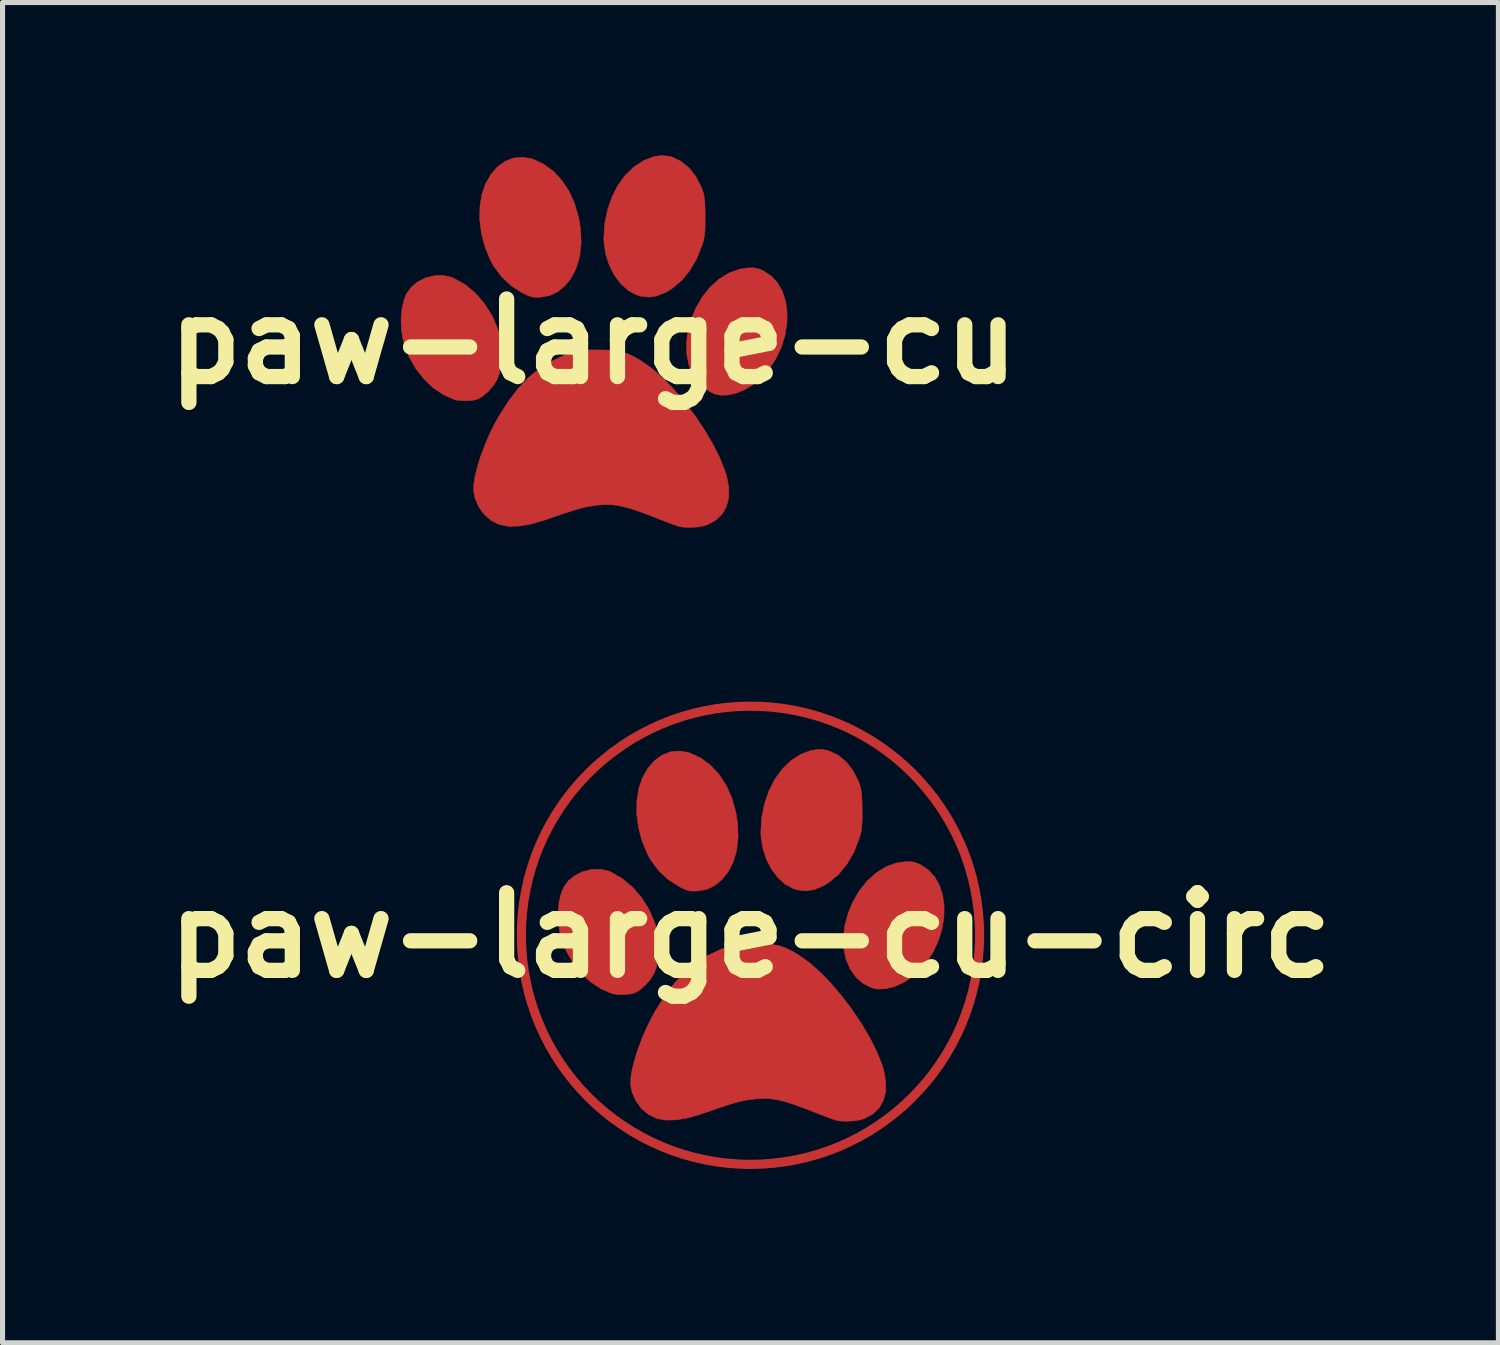
<source format=kicad_pcb>
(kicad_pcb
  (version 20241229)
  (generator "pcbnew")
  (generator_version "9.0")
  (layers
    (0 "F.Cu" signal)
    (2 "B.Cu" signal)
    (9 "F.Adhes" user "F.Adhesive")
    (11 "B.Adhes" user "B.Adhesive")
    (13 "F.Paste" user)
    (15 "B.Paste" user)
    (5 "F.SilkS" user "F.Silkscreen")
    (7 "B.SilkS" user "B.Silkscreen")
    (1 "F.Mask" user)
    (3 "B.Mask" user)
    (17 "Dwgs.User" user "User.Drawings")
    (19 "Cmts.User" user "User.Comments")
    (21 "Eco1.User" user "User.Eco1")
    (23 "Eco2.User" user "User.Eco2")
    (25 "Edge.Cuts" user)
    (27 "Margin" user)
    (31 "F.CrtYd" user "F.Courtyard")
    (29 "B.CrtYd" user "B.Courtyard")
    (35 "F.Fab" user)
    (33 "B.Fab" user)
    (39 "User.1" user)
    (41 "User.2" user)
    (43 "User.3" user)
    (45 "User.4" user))
  (footprint "paw-large-cu"
    (layer "F.Cu")
    (at 8.607 3.657)
    (property "Reference" "paw-large-cu" (at 0 0 0) (layer "F.SilkS") (effects (font (size 1.524 1.524) (thickness 0.3))))
    (attr through_hole)
    (fp_poly (pts (xy 3.215 -1.435) (xy 3.294 -1.407) (xy 3.339 -1.386) (xy 3.495 -1.283) (xy 3.62 -1.145) (xy 3.713 -0.978) (xy 3.775 -0.787) (xy 3.804 -0.578) (xy 3.8 -0.357) (xy 3.764 -0.129) (xy 3.694 0.101) (xy 3.59 0.326) (xy 3.454 0.54) (xy 3.32 0.694) (xy 3.164 0.827) (xy 2.996 0.933) (xy 2.823 1.009) (xy 2.653 1.051) (xy 2.494 1.057) (xy 2.38 1.031) (xy 2.208 0.943) (xy 2.066 0.817) (xy 1.956 0.66) (xy 1.879 0.477) (xy 1.835 0.271) (xy 1.826 0.048) (xy 1.853 -0.186) (xy 1.918 -0.428) (xy 2.007 -0.648) (xy 2.139 -0.875) (xy 2.295 -1.07) (xy 2.472 -1.228) (xy 2.664 -1.346) (xy 2.868 -1.419) (xy 3.029 -1.444) (xy 3.135 -1.446) (xy 3.215 -1.435)) (stroke (width 0.01) (type solid)) (fill yes) (layer "F.Cu"))
    (fp_poly (pts (xy -1.213 -3.588) (xy -1.195 -3.582) (xy -0.979 -3.483) (xy -0.786 -3.341) (xy -0.617 -3.16) (xy -0.476 -2.943) (xy -0.366 -2.696) (xy -0.288 -2.42) (xy -0.254 -2.205) (xy -0.242 -1.931) (xy -0.27 -1.676) (xy -0.336 -1.446) (xy -0.439 -1.244) (xy -0.556 -1.099) (xy -0.698 -0.979) (xy -0.854 -0.904) (xy -1.032 -0.871) (xy -1.041 -0.87) (xy -1.128 -0.867) (xy -1.196 -0.873) (xy -1.264 -0.893) (xy -1.349 -0.931) (xy -1.396 -0.955) (xy -1.613 -1.092) (xy -1.802 -1.269) (xy -1.96 -1.481) (xy -2.025 -1.6) (xy -2.131 -1.858) (xy -2.201 -2.125) (xy -2.234 -2.393) (xy -2.23 -2.653) (xy -2.19 -2.896) (xy -2.12 -3.095) (xy -2.012 -3.284) (xy -1.881 -3.433) (xy -1.732 -3.54) (xy -1.568 -3.603) (xy -1.394 -3.619) (xy -1.213 -3.588)) (stroke (width 0.01) (type solid)) (fill yes) (layer "F.Cu"))
    (fp_poly (pts (xy -2.788 -1.261) (xy -2.746 -1.244) (xy -2.519 -1.114) (xy -2.314 -0.943) (xy -2.136 -0.737) (xy -1.99 -0.503) (xy -1.881 -0.248) (xy -1.841 -0.108) (xy -1.811 0.071) (xy -1.803 0.262) (xy -1.815 0.45) (xy -1.846 0.619) (xy -1.889 0.74) (xy -1.964 0.863) (xy -2.065 0.98) (xy -2.176 1.076) (xy -2.274 1.132) (xy -2.359 1.154) (xy -2.472 1.164) (xy -2.59 1.164) (xy -2.693 1.151) (xy -2.718 1.145) (xy -2.936 1.052) (xy -3.141 0.916) (xy -3.327 0.741) (xy -3.489 0.536) (xy -3.62 0.305) (xy -3.716 0.056) (xy -3.734 -0.01) (xy -3.77 -0.219) (xy -3.779 -0.433) (xy -3.761 -0.641) (xy -3.717 -0.827) (xy -3.671 -0.938) (xy -3.576 -1.07) (xy -3.446 -1.175) (xy -3.292 -1.25) (xy -3.124 -1.291) (xy -2.952 -1.296) (xy -2.788 -1.261)) (stroke (width 0.01) (type solid)) (fill yes) (layer "F.Cu"))
    (fp_poly (pts (xy 1.484 -3.638) (xy 1.547 -3.62) (xy 1.723 -3.536) (xy 1.879 -3.407) (xy 2.011 -3.239) (xy 2.116 -3.037) (xy 2.137 -2.982) (xy 2.16 -2.912) (xy 2.175 -2.838) (xy 2.185 -2.75) (xy 2.191 -2.637) (xy 2.194 -2.485) (xy 2.194 -2.464) (xy 2.194 -2.309) (xy 2.191 -2.193) (xy 2.183 -2.101) (xy 2.17 -2.021) (xy 2.149 -1.941) (xy 2.138 -1.905) (xy 2.032 -1.634) (xy 1.895 -1.397) (xy 1.73 -1.196) (xy 1.539 -1.037) (xy 1.427 -0.969) (xy 1.249 -0.896) (xy 1.081 -0.871) (xy 0.915 -0.893) (xy 0.838 -0.918) (xy 0.676 -1.008) (xy 0.531 -1.14) (xy 0.408 -1.307) (xy 0.31 -1.5) (xy 0.241 -1.714) (xy 0.207 -1.939) (xy 0.204 -2.032) (xy 0.222 -2.316) (xy 0.277 -2.587) (xy 0.365 -2.839) (xy 0.482 -3.068) (xy 0.626 -3.266) (xy 0.795 -3.429) (xy 0.984 -3.55) (xy 1.006 -3.561) (xy 1.179 -3.627) (xy 1.335 -3.652) (xy 1.484 -3.638)) (stroke (width 0.01) (type solid)) (fill yes) (layer "F.Cu"))
    (fp_poly (pts (xy 0.102 0.166) (xy 0.288 0.17) (xy 0.437 0.182) (xy 0.564 0.206) (xy 0.682 0.246) (xy 0.804 0.305) (xy 0.945 0.388) (xy 0.963 0.399) (xy 1.164 0.543) (xy 1.373 0.729) (xy 1.584 0.947) (xy 1.791 1.191) (xy 1.989 1.452) (xy 2.172 1.723) (xy 2.335 1.997) (xy 2.471 2.264) (xy 2.575 2.517) (xy 2.618 2.654) (xy 2.658 2.872) (xy 2.656 3.07) (xy 2.611 3.244) (xy 2.527 3.392) (xy 2.403 3.511) (xy 2.242 3.597) (xy 2.176 3.62) (xy 2.049 3.644) (xy 1.899 3.654) (xy 1.754 3.647) (xy 1.702 3.639) (xy 1.657 3.626) (xy 1.575 3.597) (xy 1.465 3.556) (xy 1.339 3.507) (xy 1.27 3.48) (xy 1.036 3.389) (xy 0.839 3.318) (xy 0.672 3.266) (xy 0.525 3.231) (xy 0.392 3.211) (xy 0.264 3.205) (xy 0.132 3.211) (xy 0.012 3.224) (xy -0.071 3.237) (xy -0.152 3.252) (xy -0.24 3.273) (xy -0.341 3.301) (xy -0.462 3.339) (xy -0.611 3.388) (xy -0.795 3.452) (xy -0.953 3.506) (xy -1.215 3.584) (xy -1.453 3.626) (xy -1.662 3.631) (xy -1.839 3.599) (xy -1.848 3.596) (xy -2.004 3.519) (xy -2.141 3.402) (xy -2.25 3.254) (xy -2.324 3.087) (xy -2.354 2.943) (xy -2.352 2.813) (xy -2.326 2.649) (xy -2.279 2.459) (xy -2.214 2.251) (xy -2.133 2.034) (xy -2.039 1.817) (xy -1.936 1.609) (xy -1.867 1.485) (xy -1.677 1.186) (xy -1.486 0.933) (xy -1.287 0.72) (xy -1.075 0.544) (xy -0.844 0.399) (xy -0.589 0.279) (xy -0.445 0.226) (xy -0.366 0.201) (xy -0.294 0.184) (xy -0.214 0.174) (xy -0.115 0.168) (xy 0.016 0.166) (xy 0.102 0.166)) (stroke (width 0.01) (type solid)) (fill yes) (layer "F.Cu"))
    (fp_poly (pts (xy 3.215 -1.435) (xy 3.294 -1.407) (xy 3.339 -1.386) (xy 3.495 -1.283) (xy 3.62 -1.145) (xy 3.713 -0.978) (xy 3.775 -0.787) (xy 3.804 -0.578) (xy 3.8 -0.357) (xy 3.764 -0.129) (xy 3.694 0.101) (xy 3.59 0.326) (xy 3.454 0.54) (xy 3.32 0.694) (xy 3.164 0.827) (xy 2.996 0.933) (xy 2.823 1.009) (xy 2.653 1.051) (xy 2.494 1.057) (xy 2.38 1.031) (xy 2.208 0.943) (xy 2.066 0.817) (xy 1.956 0.66) (xy 1.879 0.477) (xy 1.835 0.271) (xy 1.826 0.048) (xy 1.853 -0.186) (xy 1.918 -0.428) (xy 2.007 -0.648) (xy 2.139 -0.875) (xy 2.295 -1.07) (xy 2.472 -1.228) (xy 2.664 -1.346) (xy 2.868 -1.419) (xy 3.029 -1.444) (xy 3.135 -1.446) (xy 3.215 -1.435)) (stroke (width 0.01) (type solid)) (fill yes) (layer "F.Mask"))
    (fp_poly (pts (xy -1.213 -3.588) (xy -1.195 -3.582) (xy -0.979 -3.483) (xy -0.786 -3.341) (xy -0.617 -3.16) (xy -0.476 -2.943) (xy -0.366 -2.696) (xy -0.288 -2.42) (xy -0.254 -2.205) (xy -0.242 -1.931) (xy -0.27 -1.676) (xy -0.336 -1.446) (xy -0.439 -1.244) (xy -0.556 -1.099) (xy -0.698 -0.979) (xy -0.854 -0.904) (xy -1.032 -0.871) (xy -1.041 -0.87) (xy -1.128 -0.867) (xy -1.196 -0.873) (xy -1.264 -0.893) (xy -1.349 -0.931) (xy -1.396 -0.955) (xy -1.613 -1.092) (xy -1.802 -1.269) (xy -1.96 -1.481) (xy -2.025 -1.6) (xy -2.131 -1.858) (xy -2.201 -2.125) (xy -2.234 -2.393) (xy -2.23 -2.653) (xy -2.19 -2.896) (xy -2.12 -3.095) (xy -2.012 -3.284) (xy -1.881 -3.433) (xy -1.732 -3.54) (xy -1.568 -3.603) (xy -1.394 -3.619) (xy -1.213 -3.588)) (stroke (width 0.01) (type solid)) (fill yes) (layer "F.Mask"))
    (fp_poly (pts (xy -2.788 -1.261) (xy -2.746 -1.244) (xy -2.519 -1.114) (xy -2.314 -0.943) (xy -2.136 -0.737) (xy -1.99 -0.503) (xy -1.881 -0.248) (xy -1.841 -0.108) (xy -1.811 0.071) (xy -1.803 0.262) (xy -1.815 0.45) (xy -1.846 0.619) (xy -1.889 0.74) (xy -1.964 0.863) (xy -2.065 0.98) (xy -2.176 1.076) (xy -2.274 1.132) (xy -2.359 1.154) (xy -2.472 1.164) (xy -2.59 1.164) (xy -2.693 1.151) (xy -2.718 1.145) (xy -2.936 1.052) (xy -3.141 0.916) (xy -3.327 0.741) (xy -3.489 0.536) (xy -3.62 0.305) (xy -3.716 0.056) (xy -3.734 -0.01) (xy -3.77 -0.219) (xy -3.779 -0.433) (xy -3.761 -0.641) (xy -3.717 -0.827) (xy -3.671 -0.938) (xy -3.576 -1.07) (xy -3.446 -1.175) (xy -3.292 -1.25) (xy -3.124 -1.291) (xy -2.952 -1.296) (xy -2.788 -1.261)) (stroke (width 0.01) (type solid)) (fill yes) (layer "F.Mask"))
    (fp_poly (pts (xy 1.484 -3.638) (xy 1.547 -3.62) (xy 1.723 -3.536) (xy 1.879 -3.407) (xy 2.011 -3.239) (xy 2.116 -3.037) (xy 2.137 -2.982) (xy 2.16 -2.912) (xy 2.175 -2.838) (xy 2.185 -2.75) (xy 2.191 -2.637) (xy 2.194 -2.485) (xy 2.194 -2.464) (xy 2.194 -2.309) (xy 2.191 -2.193) (xy 2.183 -2.101) (xy 2.17 -2.021) (xy 2.149 -1.941) (xy 2.138 -1.905) (xy 2.032 -1.634) (xy 1.895 -1.397) (xy 1.73 -1.196) (xy 1.539 -1.037) (xy 1.427 -0.969) (xy 1.249 -0.896) (xy 1.081 -0.871) (xy 0.915 -0.893) (xy 0.838 -0.918) (xy 0.676 -1.008) (xy 0.531 -1.14) (xy 0.408 -1.307) (xy 0.31 -1.5) (xy 0.241 -1.714) (xy 0.207 -1.939) (xy 0.204 -2.032) (xy 0.222 -2.316) (xy 0.277 -2.587) (xy 0.365 -2.839) (xy 0.482 -3.068) (xy 0.626 -3.266) (xy 0.795 -3.429) (xy 0.984 -3.55) (xy 1.006 -3.561) (xy 1.179 -3.627) (xy 1.335 -3.652) (xy 1.484 -3.638)) (stroke (width 0.01) (type solid)) (fill yes) (layer "F.Mask"))
    (fp_poly (pts (xy 0.102 0.166) (xy 0.288 0.17) (xy 0.437 0.182) (xy 0.564 0.206) (xy 0.682 0.246) (xy 0.804 0.305) (xy 0.945 0.388) (xy 0.963 0.399) (xy 1.164 0.543) (xy 1.373 0.729) (xy 1.584 0.947) (xy 1.791 1.191) (xy 1.989 1.452) (xy 2.172 1.723) (xy 2.335 1.997) (xy 2.471 2.264) (xy 2.575 2.517) (xy 2.618 2.654) (xy 2.658 2.872) (xy 2.656 3.07) (xy 2.611 3.244) (xy 2.527 3.392) (xy 2.403 3.511) (xy 2.242 3.597) (xy 2.176 3.62) (xy 2.049 3.644) (xy 1.899 3.654) (xy 1.754 3.647) (xy 1.702 3.639) (xy 1.657 3.626) (xy 1.575 3.597) (xy 1.465 3.556) (xy 1.339 3.507) (xy 1.27 3.48) (xy 1.036 3.389) (xy 0.839 3.318) (xy 0.672 3.266) (xy 0.525 3.231) (xy 0.392 3.211) (xy 0.264 3.205) (xy 0.132 3.211) (xy 0.012 3.224) (xy -0.071 3.237) (xy -0.152 3.252) (xy -0.24 3.273) (xy -0.341 3.301) (xy -0.462 3.339) (xy -0.611 3.388) (xy -0.795 3.452) (xy -0.953 3.506) (xy -1.215 3.584) (xy -1.453 3.626) (xy -1.662 3.631) (xy -1.839 3.599) (xy -1.848 3.596) (xy -2.004 3.519) (xy -2.141 3.402) (xy -2.25 3.254) (xy -2.324 3.087) (xy -2.354 2.943) (xy -2.352 2.813) (xy -2.326 2.649) (xy -2.279 2.459) (xy -2.214 2.251) (xy -2.133 2.034) (xy -2.039 1.817) (xy -1.936 1.609) (xy -1.867 1.485) (xy -1.677 1.186) (xy -1.486 0.933) (xy -1.287 0.72) (xy -1.075 0.544) (xy -0.844 0.399) (xy -0.589 0.279) (xy -0.445 0.226) (xy -0.366 0.201) (xy -0.294 0.184) (xy -0.214 0.174) (xy -0.115 0.168) (xy 0.016 0.166) (xy 0.102 0.166)) (stroke (width 0.01) (type solid)) (fill yes) (layer "F.Mask")))
  (footprint "paw-large-cu-circ"
    (layer "F.Cu")
    (at 11.691 15.321)
    (property "Reference" "paw-large-cu-circ" (at 0 0 0) (layer "F.SilkS") (effects (font (size 1.524 1.524) (thickness 0.3))))
    (attr through_hole)
    (fp_circle (center 0 0) (end -4.5 0) (stroke (width 0.18) (type solid)) (fill no) (layer "F.Cu"))
    (fp_poly (pts (xy 3.215 -1.435) (xy 3.294 -1.407) (xy 3.339 -1.386) (xy 3.495 -1.283) (xy 3.62 -1.145) (xy 3.713 -0.978) (xy 3.775 -0.787) (xy 3.804 -0.578) (xy 3.8 -0.357) (xy 3.764 -0.129) (xy 3.694 0.101) (xy 3.59 0.326) (xy 3.454 0.54) (xy 3.32 0.694) (xy 3.164 0.827) (xy 2.996 0.933) (xy 2.823 1.009) (xy 2.653 1.051) (xy 2.494 1.057) (xy 2.38 1.031) (xy 2.208 0.943) (xy 2.066 0.817) (xy 1.956 0.66) (xy 1.879 0.477) (xy 1.835 0.271) (xy 1.826 0.048) (xy 1.853 -0.186) (xy 1.918 -0.428) (xy 2.007 -0.648) (xy 2.139 -0.875) (xy 2.295 -1.07) (xy 2.472 -1.228) (xy 2.664 -1.346) (xy 2.868 -1.419) (xy 3.029 -1.444) (xy 3.135 -1.446) (xy 3.215 -1.435)) (stroke (width 0.01) (type solid)) (fill yes) (layer "F.Cu"))
    (fp_poly (pts (xy -1.213 -3.588) (xy -1.195 -3.582) (xy -0.979 -3.483) (xy -0.786 -3.341) (xy -0.617 -3.16) (xy -0.476 -2.943) (xy -0.366 -2.696) (xy -0.288 -2.42) (xy -0.254 -2.205) (xy -0.242 -1.931) (xy -0.27 -1.676) (xy -0.336 -1.446) (xy -0.439 -1.244) (xy -0.556 -1.099) (xy -0.698 -0.979) (xy -0.854 -0.904) (xy -1.032 -0.871) (xy -1.041 -0.87) (xy -1.128 -0.867) (xy -1.196 -0.873) (xy -1.264 -0.893) (xy -1.349 -0.931) (xy -1.396 -0.955) (xy -1.613 -1.092) (xy -1.802 -1.269) (xy -1.96 -1.481) (xy -2.025 -1.6) (xy -2.131 -1.858) (xy -2.201 -2.125) (xy -2.234 -2.393) (xy -2.23 -2.653) (xy -2.19 -2.896) (xy -2.12 -3.095) (xy -2.012 -3.284) (xy -1.881 -3.433) (xy -1.732 -3.54) (xy -1.568 -3.603) (xy -1.394 -3.619) (xy -1.213 -3.588)) (stroke (width 0.01) (type solid)) (fill yes) (layer "F.Cu"))
    (fp_poly (pts (xy -2.788 -1.261) (xy -2.746 -1.244) (xy -2.519 -1.114) (xy -2.314 -0.943) (xy -2.136 -0.737) (xy -1.99 -0.503) (xy -1.881 -0.248) (xy -1.841 -0.108) (xy -1.811 0.071) (xy -1.803 0.262) (xy -1.815 0.45) (xy -1.846 0.619) (xy -1.889 0.74) (xy -1.964 0.863) (xy -2.065 0.98) (xy -2.176 1.076) (xy -2.274 1.132) (xy -2.359 1.154) (xy -2.472 1.164) (xy -2.59 1.164) (xy -2.693 1.151) (xy -2.718 1.145) (xy -2.936 1.052) (xy -3.141 0.916) (xy -3.327 0.741) (xy -3.489 0.536) (xy -3.62 0.305) (xy -3.716 0.056) (xy -3.734 -0.01) (xy -3.77 -0.219) (xy -3.779 -0.433) (xy -3.761 -0.641) (xy -3.717 -0.827) (xy -3.671 -0.938) (xy -3.576 -1.07) (xy -3.446 -1.175) (xy -3.292 -1.25) (xy -3.124 -1.291) (xy -2.952 -1.296) (xy -2.788 -1.261)) (stroke (width 0.01) (type solid)) (fill yes) (layer "F.Cu"))
    (fp_poly (pts (xy 1.484 -3.638) (xy 1.547 -3.62) (xy 1.723 -3.536) (xy 1.879 -3.407) (xy 2.011 -3.239) (xy 2.116 -3.037) (xy 2.137 -2.982) (xy 2.16 -2.912) (xy 2.175 -2.838) (xy 2.185 -2.75) (xy 2.191 -2.637) (xy 2.194 -2.485) (xy 2.194 -2.464) (xy 2.194 -2.309) (xy 2.191 -2.193) (xy 2.183 -2.101) (xy 2.17 -2.021) (xy 2.149 -1.941) (xy 2.138 -1.905) (xy 2.032 -1.634) (xy 1.895 -1.397) (xy 1.73 -1.196) (xy 1.539 -1.037) (xy 1.427 -0.969) (xy 1.249 -0.896) (xy 1.081 -0.871) (xy 0.915 -0.893) (xy 0.838 -0.918) (xy 0.676 -1.008) (xy 0.531 -1.14) (xy 0.408 -1.307) (xy 0.31 -1.5) (xy 0.241 -1.714) (xy 0.207 -1.939) (xy 0.204 -2.032) (xy 0.222 -2.316) (xy 0.277 -2.587) (xy 0.365 -2.839) (xy 0.482 -3.068) (xy 0.626 -3.266) (xy 0.795 -3.429) (xy 0.984 -3.55) (xy 1.006 -3.561) (xy 1.179 -3.627) (xy 1.335 -3.652) (xy 1.484 -3.638)) (stroke (width 0.01) (type solid)) (fill yes) (layer "F.Cu"))
    (fp_poly (pts (xy 0.102 0.166) (xy 0.288 0.17) (xy 0.437 0.182) (xy 0.564 0.206) (xy 0.682 0.246) (xy 0.804 0.305) (xy 0.945 0.388) (xy 0.963 0.399) (xy 1.164 0.543) (xy 1.373 0.729) (xy 1.584 0.947) (xy 1.791 1.191) (xy 1.989 1.452) (xy 2.172 1.723) (xy 2.335 1.997) (xy 2.471 2.264) (xy 2.575 2.517) (xy 2.618 2.654) (xy 2.658 2.872) (xy 2.656 3.07) (xy 2.611 3.244) (xy 2.527 3.392) (xy 2.403 3.511) (xy 2.242 3.597) (xy 2.176 3.62) (xy 2.049 3.644) (xy 1.899 3.654) (xy 1.754 3.647) (xy 1.702 3.639) (xy 1.657 3.626) (xy 1.575 3.597) (xy 1.465 3.556) (xy 1.339 3.507) (xy 1.27 3.48) (xy 1.036 3.389) (xy 0.839 3.318) (xy 0.672 3.266) (xy 0.525 3.231) (xy 0.392 3.211) (xy 0.264 3.205) (xy 0.132 3.211) (xy 0.012 3.224) (xy -0.071 3.237) (xy -0.152 3.252) (xy -0.24 3.273) (xy -0.341 3.301) (xy -0.462 3.339) (xy -0.611 3.388) (xy -0.795 3.452) (xy -0.953 3.506) (xy -1.215 3.584) (xy -1.453 3.626) (xy -1.662 3.631) (xy -1.839 3.599) (xy -1.848 3.596) (xy -2.004 3.519) (xy -2.141 3.402) (xy -2.25 3.254) (xy -2.324 3.087) (xy -2.354 2.943) (xy -2.352 2.813) (xy -2.326 2.649) (xy -2.279 2.459) (xy -2.214 2.251) (xy -2.133 2.034) (xy -2.039 1.817) (xy -1.936 1.609) (xy -1.867 1.485) (xy -1.677 1.186) (xy -1.486 0.933) (xy -1.287 0.72) (xy -1.075 0.544) (xy -0.844 0.399) (xy -0.589 0.279) (xy -0.445 0.226) (xy -0.366 0.201) (xy -0.294 0.184) (xy -0.214 0.174) (xy -0.115 0.168) (xy 0.016 0.166) (xy 0.102 0.166)) (stroke (width 0.01) (type solid)) (fill yes) (layer "F.Cu"))
    (fp_poly (pts (xy 5 0) (xy 4.904 0.975) (xy 4.619 1.913) (xy 4.157 2.778) (xy 3.536 3.536) (xy 2.778 4.157) (xy 1.913 4.619) (xy 0.975 4.904) (xy 0 5) (xy -0.975 4.904) (xy -1.913 4.619) (xy -2.778 4.157) (xy -3.536 3.536) (xy -4.157 2.778) (xy -4.619 1.913) (xy -4.904 0.975) (xy -5 0) (xy -4.904 -0.975) (xy -4.619 -1.913) (xy -4.157 -2.778) (xy -3.536 -3.536) (xy -2.778 -4.157) (xy -1.913 -4.619) (xy -0.975 -4.904) (xy 0 -5) (xy 0.975 -4.904) (xy 1.913 -4.619) (xy 2.778 -4.157) (xy 3.536 -3.536) (xy 4.157 -2.778) (xy 4.619 -1.913) (xy 4.904 -0.975)) (stroke (width 0.01) (type solid)) (fill yes) (layer "F.Mask")))
  (gr_rect
    (start -3 -3)
    (end 26.383 23.326)
    (stroke (width 0.1) (type default))
    (fill no)
    (layer "Edge.Cuts")))
</source>
